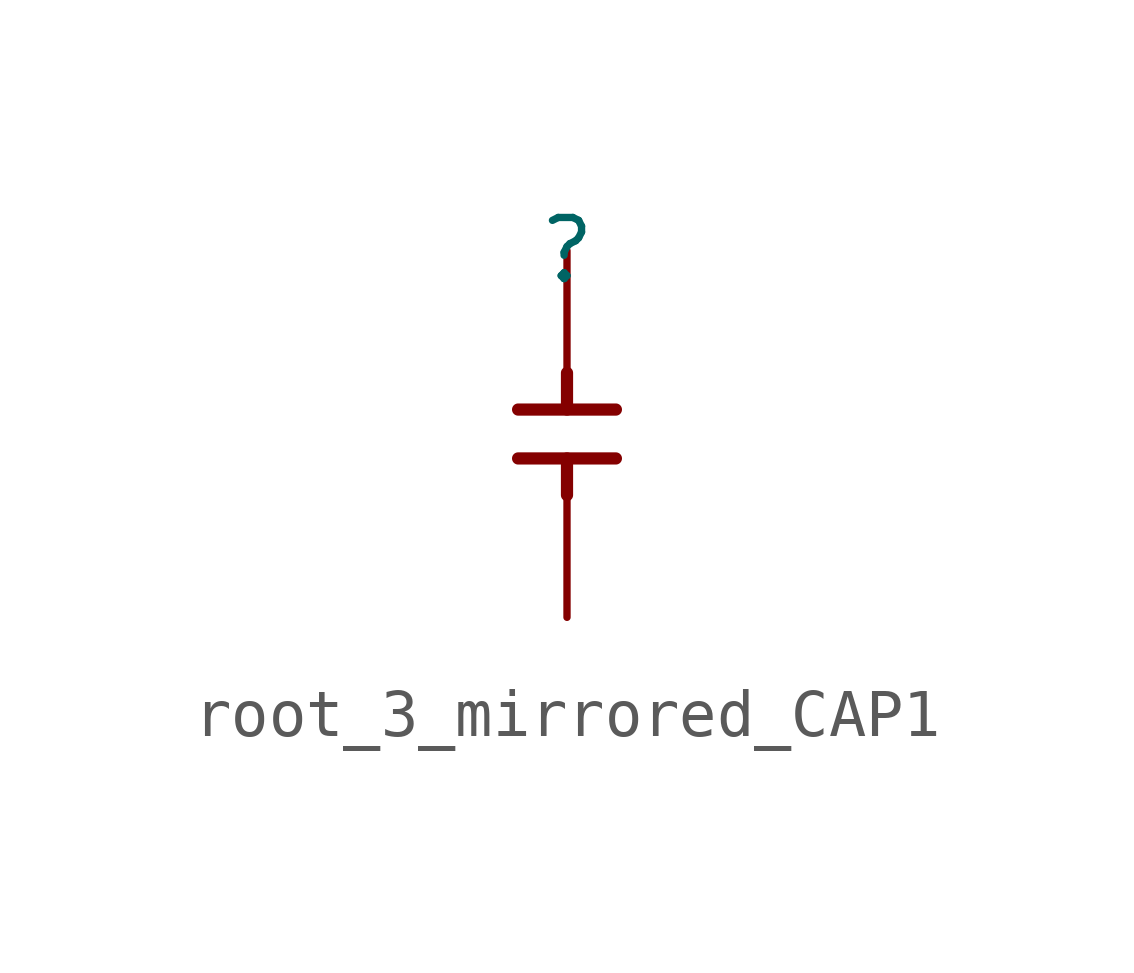
<source format=kicad_sym>
(kicad_symbol_lib
  (version 20231120)
  (generator "kicad_symbol_editor")
  (generator_version "8.0")
  (symbol "root_3_mirrored_CAP1"
    (property "Reference" ""
      (at 0 0 0)
      (effects (font (size 1.27 1.27))))
    (property "Value" ""
      (at 0 0 0)
      (effects (font (size 1.27 1.27))))
    (symbol "root_3_mirrored_CAP1_1_0"
      (polyline (pts (xy -1.016 -4.318) (xy 1.016 -4.318)) (stroke (width 0.254) (type solid)) (fill (type none)))
      (polyline (pts (xy -1.016 -3.302) (xy 1.016 -3.302)) (stroke (width 0.254) (type solid)) (fill (type none)))
      (polyline (pts (xy 0 -5.08) (xy 0 -4.318)) (stroke (width 0.254) (type solid)) (fill (type none)))
      (polyline (pts (xy 0 -2.54) (xy 0 -3.302)) (stroke (width 0.254) (type solid)) (fill (type none)))
      (pin passive line (at 0 0 270) (length 2.54) (name "1" (effects (font (size 0 0)))) (number "1" (effects (font (size 0 0)))))
      (pin passive line (at 0 -7.62 90) (length 2.54) (name "2" (effects (font (size 0 0)))) (number "2" (effects (font (size 0 0))))))))
</source>
